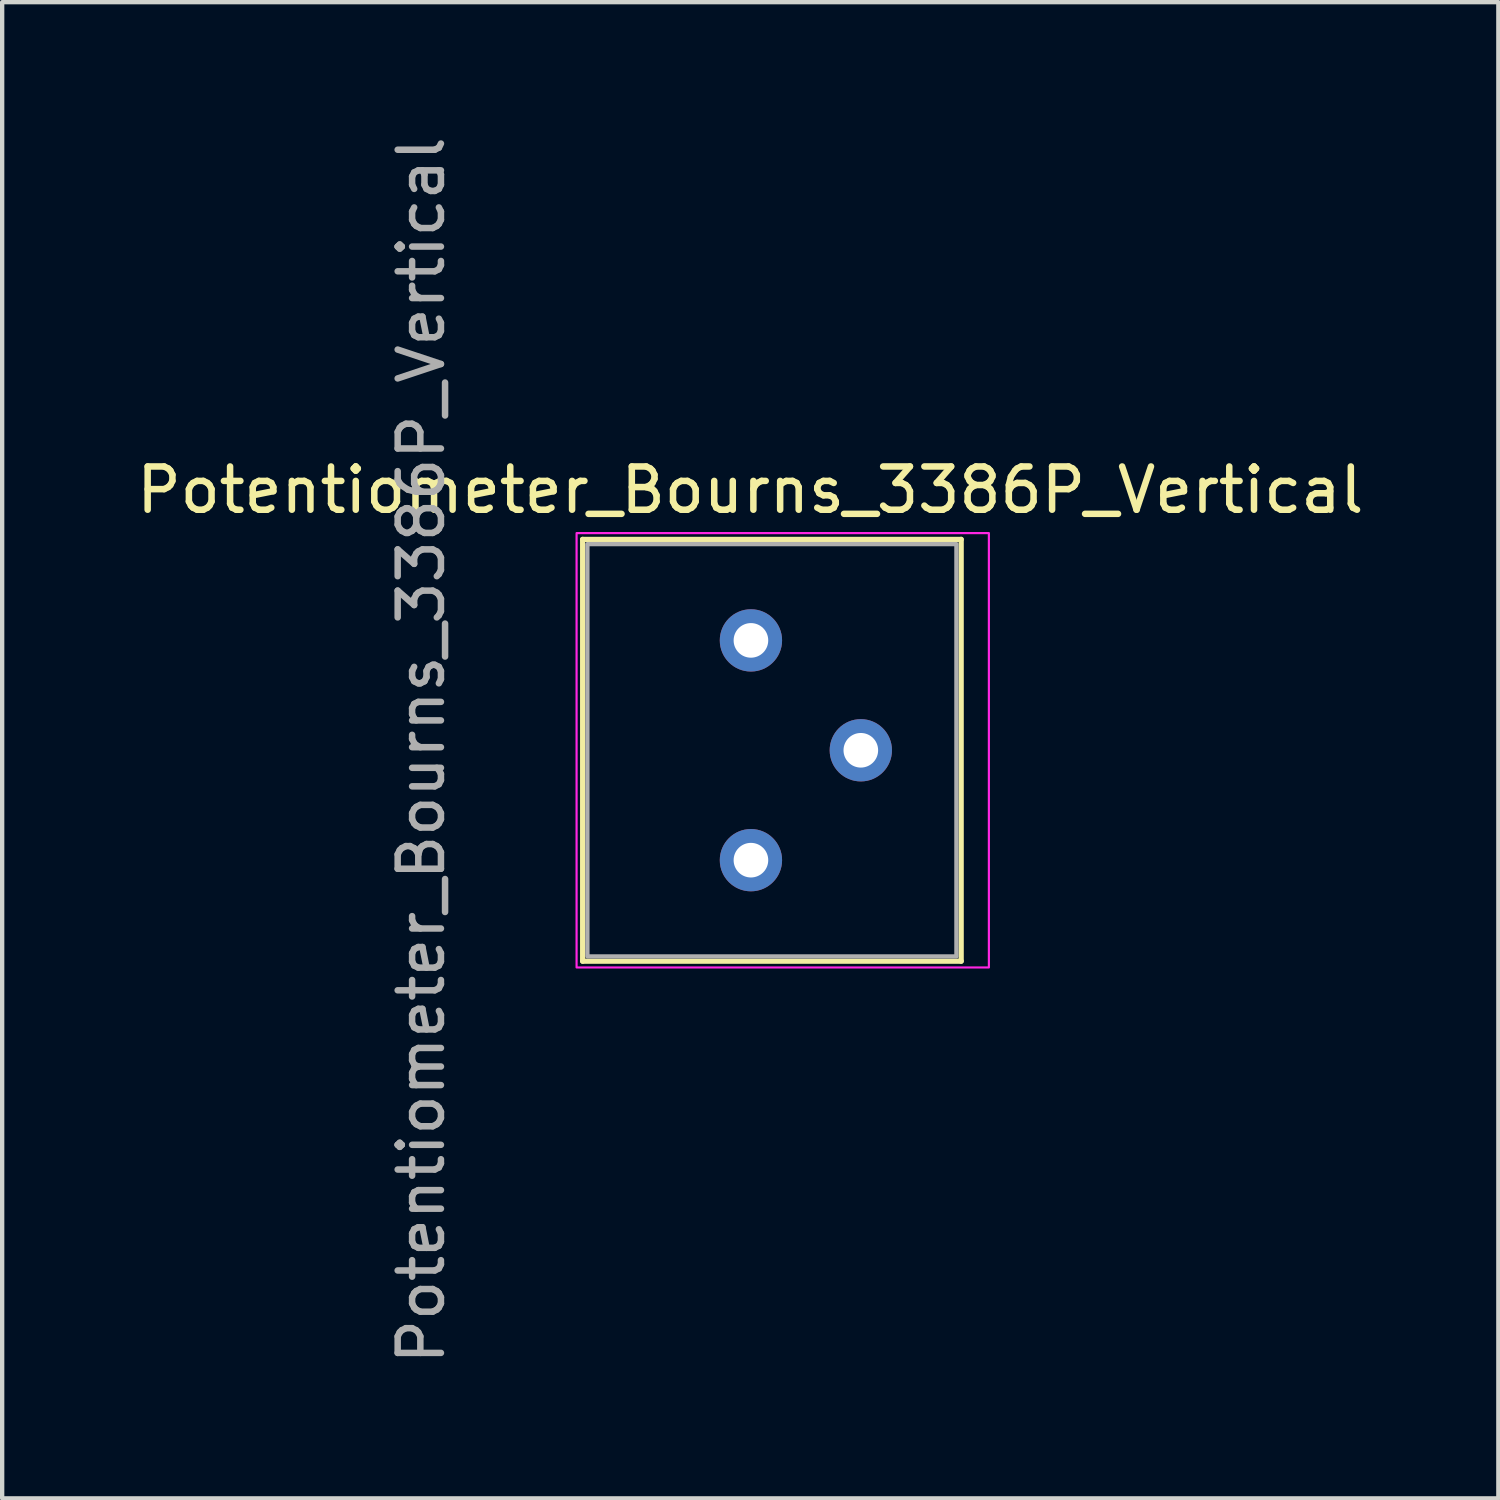
<source format=kicad_pcb>
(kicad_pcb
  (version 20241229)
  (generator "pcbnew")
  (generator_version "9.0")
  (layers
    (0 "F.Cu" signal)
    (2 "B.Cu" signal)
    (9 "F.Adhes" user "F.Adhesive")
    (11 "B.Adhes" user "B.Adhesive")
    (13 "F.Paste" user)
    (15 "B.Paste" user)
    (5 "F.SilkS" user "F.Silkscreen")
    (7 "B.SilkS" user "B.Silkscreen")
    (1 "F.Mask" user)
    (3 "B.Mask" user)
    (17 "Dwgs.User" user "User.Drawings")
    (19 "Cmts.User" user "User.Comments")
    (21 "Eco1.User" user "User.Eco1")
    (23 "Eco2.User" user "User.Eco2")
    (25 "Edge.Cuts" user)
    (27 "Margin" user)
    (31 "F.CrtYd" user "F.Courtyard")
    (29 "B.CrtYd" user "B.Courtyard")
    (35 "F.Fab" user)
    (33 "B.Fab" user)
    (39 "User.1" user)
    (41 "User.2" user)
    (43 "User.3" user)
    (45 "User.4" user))
  (footprint "Potentiometer_Bourns_3386P_Vertical"
    (layer "F.Cu")
    (at 14.307 16.832)
    (property "Reference" "Potentiometer_Bourns_3386P_Vertical" (at -0.015 -8.555 0) (layer "F.SilkS") (effects (font (size 1 1) (thickness 0.15))))
    (attr through_hole)
    (fp_line (start -3.89 -7.415) (end -3.89 2.335) (stroke (width 0.12) (type solid)) (layer "F.SilkS"))
    (fp_line (start -3.89 -7.415) (end 4.86 -7.415) (stroke (width 0.12) (type solid)) (layer "F.SilkS"))
    (fp_line (start -3.89 2.335) (end 4.86 2.335) (stroke (width 0.12) (type solid)) (layer "F.SilkS"))
    (fp_line (start 4.86 -7.415) (end 4.86 2.335) (stroke (width 0.12) (type solid)) (layer "F.SilkS"))
    (fp_rect (start -4.03 -7.56) (end 5.5 2.48) (stroke (width 0.05) (type solid)) (fill no) (layer "F.CrtYd"))
    (fp_rect (start -3.78 -7.305) (end 4.75 2.225) (stroke (width 0.1) (type solid)) (fill no) (layer "F.Fab"))
    (fp_text user "${REFERENCE}" (at -7.62 -2.54 90) (layer "F.Fab") (effects (font (size 1 1) (thickness 0.15))))
    (pad "1" thru_hole circle (at 0 0) (size 1.44 1.44) (drill 0.8) (layers "*.Cu" "*.Mask"))
    (pad "2" thru_hole circle (at 2.54 -2.54) (size 1.44 1.44) (drill 0.8) (layers "*.Cu" "*.Mask"))
    (pad "3" thru_hole circle (at 0 -5.08) (size 1.44 1.44) (drill 0.8) (layers "*.Cu" "*.Mask")))
  (gr_rect
    (start -3 -3)
    (end 31.583 31.583)
    (stroke (width 0.1) (type default))
    (fill no)
    (layer "Edge.Cuts")))
</source>
